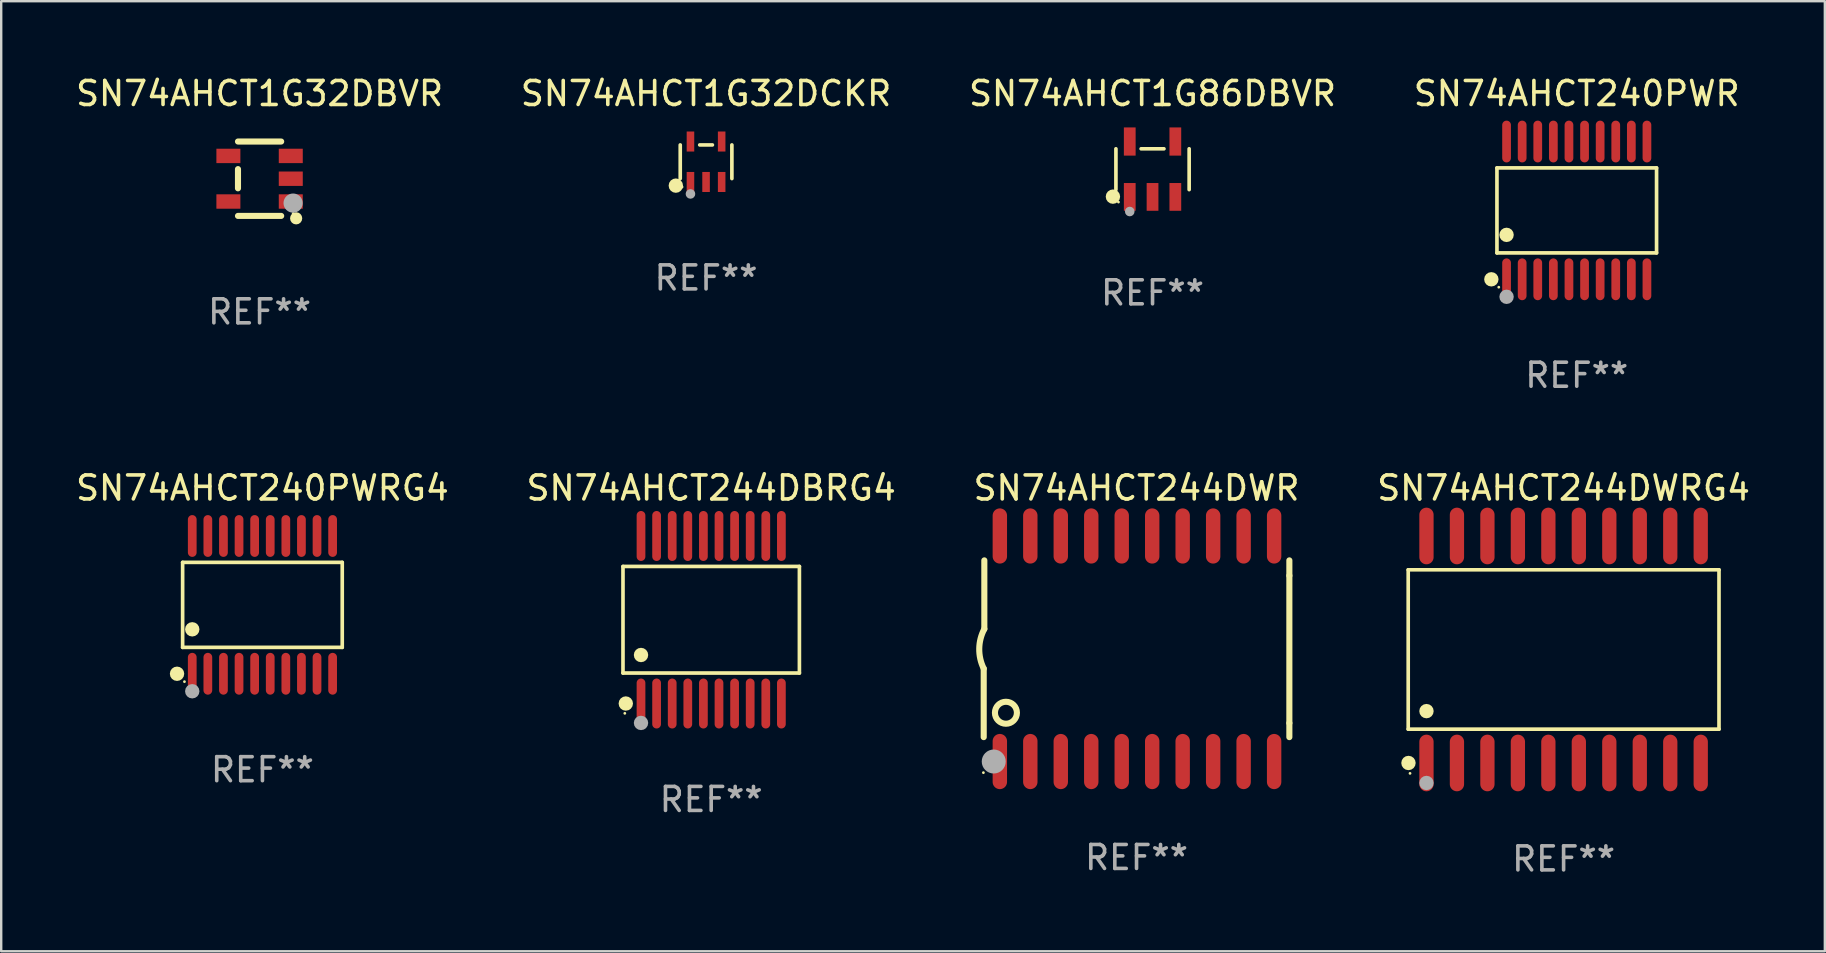
<source format=kicad_pcb>
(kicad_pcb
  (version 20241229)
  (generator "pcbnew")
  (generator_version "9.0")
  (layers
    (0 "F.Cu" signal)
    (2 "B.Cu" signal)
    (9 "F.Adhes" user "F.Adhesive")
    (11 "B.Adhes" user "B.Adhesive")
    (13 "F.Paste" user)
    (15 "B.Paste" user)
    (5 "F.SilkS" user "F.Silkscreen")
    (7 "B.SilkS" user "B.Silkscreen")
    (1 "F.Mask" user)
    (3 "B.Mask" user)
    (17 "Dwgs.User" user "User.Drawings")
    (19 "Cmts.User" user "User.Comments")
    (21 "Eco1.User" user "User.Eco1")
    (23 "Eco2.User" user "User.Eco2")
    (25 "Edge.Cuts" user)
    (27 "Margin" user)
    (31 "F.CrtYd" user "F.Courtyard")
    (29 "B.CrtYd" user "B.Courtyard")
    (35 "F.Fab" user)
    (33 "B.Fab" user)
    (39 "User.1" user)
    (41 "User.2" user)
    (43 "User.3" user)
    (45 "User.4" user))
  (footprint "SN74AHCT244DWRG4"
    (layer "F.Cu")
    (at 62.113 24.017)
    (property "Reference" "SN74AHCT244DWRG4" (at 0 -6.73 0) (layer "F.SilkS") (effects (font (size 1 1) (thickness 0.15))))
    (attr through_hole)
    (fp_line (start -6.476 -3.321) (end 6.476 -3.321) (stroke (width 0.152) (type solid)) (layer "F.SilkS"))
    (fp_line (start -6.476 3.321) (end -6.476 -3.321) (stroke (width 0.152) (type solid)) (layer "F.SilkS"))
    (fp_line (start 6.476 -3.321) (end 6.476 3.321) (stroke (width 0.152) (type solid)) (layer "F.SilkS"))
    (fp_line (start 6.476 3.321) (end -6.476 3.321) (stroke (width 0.152) (type solid)) (layer "F.SilkS"))
    (fp_circle (center -6.465 4.73) (end -6.315 4.73) (stroke (width 0.3) (type solid)) (fill no) (layer "F.SilkS"))
    (fp_circle (center -6.4 5.163) (end -6.37 5.163) (stroke (width 0.06) (type solid)) (fill no) (layer "F.SilkS"))
    (fp_circle (center -5.715 2.569) (end -5.565 2.569) (stroke (width 0.3) (type solid)) (fill no) (layer "F.SilkS"))
    (fp_circle (center -5.715 5.563) (end -5.565 5.563) (stroke (width 0.3) (type solid)) (fill no) (layer "F.Fab"))
    (fp_text user "REF**" (at 0 8.73 0) (layer "F.Fab") (effects (font (size 1 1) (thickness 0.15))))
    (pad "1" smd oval (at -5.715 4.73) (size 0.595 2.36) (layers "F.Cu" "F.Mask" "F.Paste"))
    (pad "2" smd oval (at -4.445 4.73) (size 0.595 2.36) (layers "F.Cu" "F.Mask" "F.Paste"))
    (pad "3" smd oval (at -3.175 4.73) (size 0.595 2.36) (layers "F.Cu" "F.Mask" "F.Paste"))
    (pad "4" smd oval (at -1.905 4.73) (size 0.595 2.36) (layers "F.Cu" "F.Mask" "F.Paste"))
    (pad "5" smd oval (at -0.635 4.73) (size 0.595 2.36) (layers "F.Cu" "F.Mask" "F.Paste"))
    (pad "6" smd oval (at 0.635 4.73) (size 0.595 2.36) (layers "F.Cu" "F.Mask" "F.Paste"))
    (pad "7" smd oval (at 1.905 4.73) (size 0.595 2.36) (layers "F.Cu" "F.Mask" "F.Paste"))
    (pad "8" smd oval (at 3.175 4.73) (size 0.595 2.36) (layers "F.Cu" "F.Mask" "F.Paste"))
    (pad "9" smd oval (at 4.445 4.73) (size 0.595 2.36) (layers "F.Cu" "F.Mask" "F.Paste"))
    (pad "10" smd oval (at 5.715 4.73) (size 0.595 2.36) (layers "F.Cu" "F.Mask" "F.Paste"))
    (pad "11" smd oval (at 5.715 -4.73) (size 0.595 2.36) (layers "F.Cu" "F.Mask" "F.Paste"))
    (pad "12" smd oval (at 4.445 -4.73) (size 0.595 2.36) (layers "F.Cu" "F.Mask" "F.Paste"))
    (pad "13" smd oval (at 3.175 -4.73) (size 0.595 2.36) (layers "F.Cu" "F.Mask" "F.Paste"))
    (pad "14" smd oval (at 1.905 -4.73) (size 0.595 2.36) (layers "F.Cu" "F.Mask" "F.Paste"))
    (pad "15" smd oval (at 0.635 -4.73) (size 0.595 2.36) (layers "F.Cu" "F.Mask" "F.Paste"))
    (pad "16" smd oval (at -0.635 -4.73) (size 0.595 2.36) (layers "F.Cu" "F.Mask" "F.Paste"))
    (pad "17" smd oval (at -1.905 -4.73) (size 0.595 2.36) (layers "F.Cu" "F.Mask" "F.Paste"))
    (pad "18" smd oval (at -3.175 -4.73) (size 0.595 2.36) (layers "F.Cu" "F.Mask" "F.Paste"))
    (pad "19" smd oval (at -4.445 -4.73) (size 0.595 2.36) (layers "F.Cu" "F.Mask" "F.Paste"))
    (pad "20" smd oval (at -5.715 -4.73) (size 0.595 2.36) (layers "F.Cu" "F.Mask" "F.Paste")))
  (footprint "SN74AHCT244DBRG4"
    (layer "F.Cu")
    (at 26.589 22.778)
    (property "Reference" "SN74AHCT244DBRG4" (at 0 -5.491 0) (layer "F.SilkS") (effects (font (size 1 1) (thickness 0.15))))
    (attr through_hole)
    (fp_line (start -3.676 -2.221) (end 3.676 -2.221) (stroke (width 0.152) (type solid)) (layer "F.SilkS"))
    (fp_line (start -3.676 2.221) (end -3.676 -2.221) (stroke (width 0.152) (type solid)) (layer "F.SilkS"))
    (fp_line (start 3.676 -2.221) (end 3.676 2.221) (stroke (width 0.152) (type solid)) (layer "F.SilkS"))
    (fp_line (start 3.676 2.221) (end -3.676 2.221) (stroke (width 0.152) (type solid)) (layer "F.SilkS"))
    (fp_circle (center -3.6 3.9) (end -3.57 3.9) (stroke (width 0.06) (type solid)) (fill no) (layer "F.SilkS"))
    (fp_circle (center -3.559 3.491) (end -3.409 3.491) (stroke (width 0.3) (type solid)) (fill no) (layer "F.SilkS"))
    (fp_circle (center -2.925 1.469) (end -2.775 1.469) (stroke (width 0.3) (type solid)) (fill no) (layer "F.SilkS"))
    (fp_circle (center -2.925 4.3) (end -2.775 4.3) (stroke (width 0.3) (type solid)) (fill no) (layer "F.Fab"))
    (fp_text user "REF**" (at 0 7.491 0) (layer "F.Fab") (effects (font (size 1 1) (thickness 0.15))))
    (pad "1" smd oval (at -2.925 3.491) (size 0.364 2.082) (layers "F.Cu" "F.Mask" "F.Paste"))
    (pad "2" smd oval (at -2.275 3.491) (size 0.364 2.082) (layers "F.Cu" "F.Mask" "F.Paste"))
    (pad "3" smd oval (at -1.625 3.491) (size 0.364 2.082) (layers "F.Cu" "F.Mask" "F.Paste"))
    (pad "4" smd oval (at -0.975 3.491) (size 0.364 2.082) (layers "F.Cu" "F.Mask" "F.Paste"))
    (pad "5" smd oval (at -0.325 3.491) (size 0.364 2.082) (layers "F.Cu" "F.Mask" "F.Paste"))
    (pad "6" smd oval (at 0.325 3.491) (size 0.364 2.082) (layers "F.Cu" "F.Mask" "F.Paste"))
    (pad "7" smd oval (at 0.975 3.491) (size 0.364 2.082) (layers "F.Cu" "F.Mask" "F.Paste"))
    (pad "8" smd oval (at 1.625 3.491) (size 0.364 2.082) (layers "F.Cu" "F.Mask" "F.Paste"))
    (pad "9" smd oval (at 2.275 3.491) (size 0.364 2.082) (layers "F.Cu" "F.Mask" "F.Paste"))
    (pad "10" smd oval (at 2.925 3.491) (size 0.364 2.082) (layers "F.Cu" "F.Mask" "F.Paste"))
    (pad "11" smd oval (at 2.925 -3.491) (size 0.364 2.082) (layers "F.Cu" "F.Mask" "F.Paste"))
    (pad "12" smd oval (at 2.275 -3.491) (size 0.364 2.082) (layers "F.Cu" "F.Mask" "F.Paste"))
    (pad "13" smd oval (at 1.625 -3.491) (size 0.364 2.082) (layers "F.Cu" "F.Mask" "F.Paste"))
    (pad "14" smd oval (at 0.975 -3.491) (size 0.364 2.082) (layers "F.Cu" "F.Mask" "F.Paste"))
    (pad "15" smd oval (at 0.325 -3.491) (size 0.364 2.082) (layers "F.Cu" "F.Mask" "F.Paste"))
    (pad "16" smd oval (at -0.325 -3.491) (size 0.364 2.082) (layers "F.Cu" "F.Mask" "F.Paste"))
    (pad "17" smd oval (at -0.975 -3.491) (size 0.364 2.082) (layers "F.Cu" "F.Mask" "F.Paste"))
    (pad "18" smd oval (at -1.625 -3.491) (size 0.364 2.082) (layers "F.Cu" "F.Mask" "F.Paste"))
    (pad "19" smd oval (at -2.275 -3.491) (size 0.364 2.082) (layers "F.Cu" "F.Mask" "F.Paste"))
    (pad "20" smd oval (at -2.925 -3.491) (size 0.364 2.082) (layers "F.Cu" "F.Mask" "F.Paste")))
  (footprint "SN74AHCT1G32DBVR"
    (layer "F.Cu")
    (at 7.768 4.398)
    (property "Reference" "SN74AHCT1G32DBVR" (at 0 -3.55 0) (layer "F.SilkS") (effects (font (size 1 1) (thickness 0.15))))
    (attr through_hole)
    (fp_line (start -0.9 -1.55) (end 0.9 -1.55) (stroke (width 0.254) (type solid)) (layer "F.SilkS"))
    (fp_line (start -0.9 0.4) (end -0.9 -0.4) (stroke (width 0.254) (type solid)) (layer "F.SilkS"))
    (fp_line (start -0.9 1.55) (end 0.9 1.55) (stroke (width 0.254) (type solid)) (layer "F.SilkS"))
    (fp_circle (center 1.4 1.45) (end 1.43 1.45) (stroke (width 0.06) (type solid)) (fill no) (layer "F.SilkS"))
    (fp_circle (center 1.524 1.651) (end 1.651 1.651) (stroke (width 0.254) (type solid)) (fill no) (layer "F.SilkS"))
    (fp_circle (center 1.397 1.016) (end 1.597 1.016) (stroke (width 0.4) (type solid)) (fill no) (layer "F.Fab"))
    (fp_text user "REF**" (at 0 5.55 0) (layer "F.Fab") (effects (font (size 1 1) (thickness 0.15))))
    (pad "1" smd rect (at 1.3 0.95) (size 1 0.6) (layers "F.Cu" "F.Mask" "F.Paste"))
    (pad "2" smd rect (at 1.3 -0.000051) (size 1 0.6) (layers "F.Cu" "F.Mask" "F.Paste"))
    (pad "3" smd rect (at 1.3 -0.95) (size 1 0.6) (layers "F.Cu" "F.Mask" "F.Paste"))
    (pad "4" smd rect (at -1.3 -0.95) (size 1 0.6) (layers "F.Cu" "F.Mask" "F.Paste"))
    (pad "5" smd rect (at -1.3 0.95) (size 1 0.6) (layers "F.Cu" "F.Mask" "F.Paste")))
  (footprint "SN74AHCT1G32DCKR"
    (layer "F.Cu")
    (at 26.375 3.691)
    (property "Reference" "SN74AHCT1G32DCKR" (at 0 -2.843 0) (layer "F.SilkS") (effects (font (size 1 1) (thickness 0.15))))
    (attr through_hole)
    (fp_line (start -1.076 0.701) (end -1.076 -0.701) (stroke (width 0.152) (type solid)) (layer "F.SilkS"))
    (fp_line (start 0.264 -0.701) (end -0.264 -0.701) (stroke (width 0.152) (type solid)) (layer "F.SilkS"))
    (fp_line (start 1.076 0.701) (end 1.076 -0.701) (stroke (width 0.152) (type solid)) (layer "F.SilkS"))
    (fp_circle (center -1.26 0.995) (end -1.11 0.995) (stroke (width 0.3) (type solid)) (fill no) (layer "F.SilkS"))
    (fp_circle (center -1 1.05) (end -0.97 1.05) (stroke (width 0.06) (type solid)) (fill no) (layer "F.SilkS"))
    (fp_circle (center -0.65 1.341) (end -0.55 1.341) (stroke (width 0.2) (type solid)) (fill no) (layer "F.Fab"))
    (fp_text user "REF**" (at 0 4.843 0) (layer "F.Fab") (effects (font (size 1 1) (thickness 0.15))))
    (pad "1" smd rect (at -0.65 0.843) (size 0.315 0.835) (layers "F.Cu" "F.Mask" "F.Paste"))
    (pad "2" smd rect (at 0.00014 0.843) (size 0.315 0.835) (layers "F.Cu" "F.Mask" "F.Paste"))
    (pad "3" smd rect (at 0.65 0.843) (size 0.315 0.835) (layers "F.Cu" "F.Mask" "F.Paste"))
    (pad "4" smd rect (at 0.65 -0.843) (size 0.315 0.835) (layers "F.Cu" "F.Mask" "F.Paste"))
    (pad "5" smd rect (at -0.65 -0.843) (size 0.315 0.835) (layers "F.Cu" "F.Mask" "F.Paste")))
  (footprint "SN74AHCT244DWR"
    (layer "F.Cu")
    (at 44.315 23.987)
    (property "Reference" "SN74AHCT244DWR" (at 0 -6.7 0) (layer "F.SilkS") (effects (font (size 1 1) (thickness 0.15))))
    (attr through_hole)
    (fp_line (start -6.369 0.826) (end -6.369 3.683) (stroke (width 0.254) (type solid)) (layer "F.SilkS"))
    (fp_line (start -6.343 -0.825) (end -6.343 -3.683) (stroke (width 0.254) (type solid)) (layer "F.SilkS"))
    (fp_line (start 6.369 -3.048) (end 6.369 -3.683) (stroke (width 0.254) (type solid)) (layer "F.SilkS"))
    (fp_line (start 6.369 -3.048) (end 6.369 3.096) (stroke (width 0.254) (type solid)) (layer "F.SilkS"))
    (fp_line (start 6.369 3.096) (end 6.369 3.683) (stroke (width 0.254) (type solid)) (layer "F.SilkS"))
    (fp_arc (start -6.36853 0.825552) (mid -6.554743 -0.00301) (end -6.343129 -0.825451) (stroke (width 0.254001) (type solid)) (layer "F.SilkS"))
    (fp_circle (center -6.382 5.163) (end -6.352 5.163) (stroke (width 0.06) (type solid)) (fill no) (layer "F.SilkS"))
    (fp_circle (center -5.443 2.667) (end -4.985 2.667) (stroke (width 0.254) (type solid)) (fill no) (layer "F.SilkS"))
    (fp_circle (center -5.951 4.699) (end -5.701 4.699) (stroke (width 0.5) (type solid)) (fill no) (layer "F.Fab"))
    (fp_text user "REF**" (at 0 8.7 0) (layer "F.Fab") (effects (font (size 1 1) (thickness 0.15))))
    (pad "1" smd oval (at -5.697 4.7 180) (size 0.6 2.3) (layers "F.Cu" "F.Mask" "F.Paste"))
    (pad "2" smd oval (at -4.427 4.7 180) (size 0.6 2.3) (layers "F.Cu" "F.Mask" "F.Paste"))
    (pad "3" smd oval (at -3.157 4.7 180) (size 0.6 2.3) (layers "F.Cu" "F.Mask" "F.Paste"))
    (pad "4" smd oval (at -1.887 4.7 180) (size 0.6 2.3) (layers "F.Cu" "F.Mask" "F.Paste"))
    (pad "5" smd oval (at -0.617 4.7 180) (size 0.6 2.3) (layers "F.Cu" "F.Mask" "F.Paste"))
    (pad "6" smd oval (at 0.653 4.7 180) (size 0.6 2.3) (layers "F.Cu" "F.Mask" "F.Paste"))
    (pad "7" smd oval (at 1.923 4.7 180) (size 0.6 2.3) (layers "F.Cu" "F.Mask" "F.Paste"))
    (pad "8" smd oval (at 3.193 4.7 180) (size 0.6 2.3) (layers "F.Cu" "F.Mask" "F.Paste"))
    (pad "9" smd oval (at 4.463 4.7 180) (size 0.6 2.3) (layers "F.Cu" "F.Mask" "F.Paste"))
    (pad "10" smd oval (at 5.734 4.7 180) (size 0.6 2.3) (layers "F.Cu" "F.Mask" "F.Paste"))
    (pad "11" smd oval (at 5.734 -4.7 180) (size 0.6 2.3) (layers "F.Cu" "F.Mask" "F.Paste"))
    (pad "12" smd oval (at 4.463 -4.7 180) (size 0.6 2.3) (layers "F.Cu" "F.Mask" "F.Paste"))
    (pad "13" smd oval (at 3.193 -4.7 180) (size 0.6 2.3) (layers "F.Cu" "F.Mask" "F.Paste"))
    (pad "14" smd oval (at 1.923 -4.7 180) (size 0.6 2.3) (layers "F.Cu" "F.Mask" "F.Paste"))
    (pad "15" smd oval (at 0.653 -4.7 180) (size 0.6 2.3) (layers "F.Cu" "F.Mask" "F.Paste"))
    (pad "16" smd oval (at -0.617 -4.7 180) (size 0.6 2.3) (layers "F.Cu" "F.Mask" "F.Paste"))
    (pad "17" smd oval (at -1.887 -4.7 180) (size 0.6 2.3) (layers "F.Cu" "F.Mask" "F.Paste"))
    (pad "18" smd oval (at -3.157 -4.7 180) (size 0.6 2.3) (layers "F.Cu" "F.Mask" "F.Paste"))
    (pad "19" smd oval (at -4.427 -4.7 180) (size 0.6 2.3) (layers "F.Cu" "F.Mask" "F.Paste"))
    (pad "20" smd oval (at -5.697 -4.7 180) (size 0.6 2.3) (layers "F.Cu" "F.Mask" "F.Paste")))
  (footprint "SN74AHCT240PWR"
    (layer "F.Cu")
    (at 62.661 5.719)
    (property "Reference" "SN74AHCT240PWR" (at 0 -4.871 0) (layer "F.SilkS") (effects (font (size 1 1) (thickness 0.15))))
    (attr through_hole)
    (fp_line (start -3.326 -1.771) (end 3.326 -1.771) (stroke (width 0.152) (type solid)) (layer "F.SilkS"))
    (fp_line (start -3.326 1.771) (end -3.326 -1.771) (stroke (width 0.152) (type solid)) (layer "F.SilkS"))
    (fp_line (start 3.326 -1.771) (end 3.326 1.771) (stroke (width 0.152) (type solid)) (layer "F.SilkS"))
    (fp_line (start 3.326 1.771) (end -3.326 1.771) (stroke (width 0.152) (type solid)) (layer "F.SilkS"))
    (fp_circle (center -3.559 2.871) (end -3.409 2.871) (stroke (width 0.3) (type solid)) (fill no) (layer "F.SilkS"))
    (fp_circle (center -3.25 3.2) (end -3.22 3.2) (stroke (width 0.06) (type solid)) (fill no) (layer "F.SilkS"))
    (fp_circle (center -2.925 1.019) (end -2.775 1.019) (stroke (width 0.3) (type solid)) (fill no) (layer "F.SilkS"))
    (fp_circle (center -2.925 3.6) (end -2.775 3.6) (stroke (width 0.3) (type solid)) (fill no) (layer "F.Fab"))
    (fp_text user "REF**" (at 0 6.871 0) (layer "F.Fab") (effects (font (size 1 1) (thickness 0.15))))
    (pad "1" smd oval (at -2.925 2.871) (size 0.364 1.742) (layers "F.Cu" "F.Mask" "F.Paste"))
    (pad "2" smd oval (at -2.275 2.871) (size 0.364 1.742) (layers "F.Cu" "F.Mask" "F.Paste"))
    (pad "3" smd oval (at -1.625 2.871) (size 0.364 1.742) (layers "F.Cu" "F.Mask" "F.Paste"))
    (pad "4" smd oval (at -0.975 2.871) (size 0.364 1.742) (layers "F.Cu" "F.Mask" "F.Paste"))
    (pad "5" smd oval (at -0.325 2.871) (size 0.364 1.742) (layers "F.Cu" "F.Mask" "F.Paste"))
    (pad "6" smd oval (at 0.325 2.871) (size 0.364 1.742) (layers "F.Cu" "F.Mask" "F.Paste"))
    (pad "7" smd oval (at 0.975 2.871) (size 0.364 1.742) (layers "F.Cu" "F.Mask" "F.Paste"))
    (pad "8" smd oval (at 1.625 2.871) (size 0.364 1.742) (layers "F.Cu" "F.Mask" "F.Paste"))
    (pad "9" smd oval (at 2.275 2.871) (size 0.364 1.742) (layers "F.Cu" "F.Mask" "F.Paste"))
    (pad "10" smd oval (at 2.925 2.871) (size 0.364 1.742) (layers "F.Cu" "F.Mask" "F.Paste"))
    (pad "11" smd oval (at 2.925 -2.871) (size 0.364 1.742) (layers "F.Cu" "F.Mask" "F.Paste"))
    (pad "12" smd oval (at 2.275 -2.871) (size 0.364 1.742) (layers "F.Cu" "F.Mask" "F.Paste"))
    (pad "13" smd oval (at 1.625 -2.871) (size 0.364 1.742) (layers "F.Cu" "F.Mask" "F.Paste"))
    (pad "14" smd oval (at 0.975 -2.871) (size 0.364 1.742) (layers "F.Cu" "F.Mask" "F.Paste"))
    (pad "15" smd oval (at 0.325 -2.871) (size 0.364 1.742) (layers "F.Cu" "F.Mask" "F.Paste"))
    (pad "16" smd oval (at -0.325 -2.871) (size 0.364 1.742) (layers "F.Cu" "F.Mask" "F.Paste"))
    (pad "17" smd oval (at -0.975 -2.871) (size 0.364 1.742) (layers "F.Cu" "F.Mask" "F.Paste"))
    (pad "18" smd oval (at -1.625 -2.871) (size 0.364 1.742) (layers "F.Cu" "F.Mask" "F.Paste"))
    (pad "19" smd oval (at -2.275 -2.871) (size 0.364 1.742) (layers "F.Cu" "F.Mask" "F.Paste"))
    (pad "20" smd oval (at -2.925 -2.871) (size 0.364 1.742) (layers "F.Cu" "F.Mask" "F.Paste")))
  (footprint "SN74AHCT1G86DBVR"
    (layer "F.Cu")
    (at 44.982 4.002)
    (property "Reference" "SN74AHCT1G86DBVR" (at 0 -3.154 0) (layer "F.SilkS") (effects (font (size 1 1) (thickness 0.15))))
    (attr through_hole)
    (fp_line (start -1.526 0.851) (end -1.526 -0.851) (stroke (width 0.152) (type solid)) (layer "F.SilkS"))
    (fp_line (start 0.476 -0.851) (end -0.476 -0.851) (stroke (width 0.152) (type solid)) (layer "F.SilkS"))
    (fp_line (start 1.526 0.851) (end 1.526 -0.851) (stroke (width 0.152) (type solid)) (layer "F.SilkS"))
    (fp_circle (center -1.651 1.143) (end -1.501 1.143) (stroke (width 0.3) (type solid)) (fill no) (layer "F.SilkS"))
    (fp_circle (center -1.42 1.37) (end -1.39 1.37) (stroke (width 0.06) (type solid)) (fill no) (layer "F.SilkS"))
    (fp_circle (center -0.95 1.763) (end -0.85 1.763) (stroke (width 0.2) (type solid)) (fill no) (layer "F.Fab"))
    (fp_text user "REF**" (at 0 5.154 0) (layer "F.Fab") (effects (font (size 1 1) (thickness 0.15))))
    (pad "1" smd rect (at -0.95 1.154) (size 0.49 1.157) (layers "F.Cu" "F.Mask" "F.Paste"))
    (pad "2" smd rect (at 0 1.154) (size 0.49 1.157) (layers "F.Cu" "F.Mask" "F.Paste"))
    (pad "3" smd rect (at 0.95 1.154) (size 0.49 1.157) (layers "F.Cu" "F.Mask" "F.Paste"))
    (pad "4" smd rect (at 0.95 -1.154) (size 0.49 1.175) (layers "F.Cu" "F.Mask" "F.Paste"))
    (pad "5" smd rect (at -0.95 -1.154) (size 0.49 1.175) (layers "F.Cu" "F.Mask" "F.Paste")))
  (footprint "SN74AHCT240PWRG4"
    (layer "F.Cu")
    (at 7.887 22.158)
    (property "Reference" "SN74AHCT240PWRG4" (at 0 -4.871 0) (layer "F.SilkS") (effects (font (size 1 1) (thickness 0.15))))
    (attr through_hole)
    (fp_line (start -3.326 -1.771) (end 3.326 -1.771) (stroke (width 0.152) (type solid)) (layer "F.SilkS"))
    (fp_line (start -3.326 1.771) (end -3.326 -1.771) (stroke (width 0.152) (type solid)) (layer "F.SilkS"))
    (fp_line (start 3.326 -1.771) (end 3.326 1.771) (stroke (width 0.152) (type solid)) (layer "F.SilkS"))
    (fp_line (start 3.326 1.771) (end -3.326 1.771) (stroke (width 0.152) (type solid)) (layer "F.SilkS"))
    (fp_circle (center -3.559 2.871) (end -3.409 2.871) (stroke (width 0.3) (type solid)) (fill no) (layer "F.SilkS"))
    (fp_circle (center -3.25 3.2) (end -3.22 3.2) (stroke (width 0.06) (type solid)) (fill no) (layer "F.SilkS"))
    (fp_circle (center -2.925 1.019) (end -2.775 1.019) (stroke (width 0.3) (type solid)) (fill no) (layer "F.SilkS"))
    (fp_circle (center -2.925 3.6) (end -2.775 3.6) (stroke (width 0.3) (type solid)) (fill no) (layer "F.Fab"))
    (fp_text user "REF**" (at 0 6.871 0) (layer "F.Fab") (effects (font (size 1 1) (thickness 0.15))))
    (pad "1" smd oval (at -2.925 2.871) (size 0.364 1.742) (layers "F.Cu" "F.Mask" "F.Paste"))
    (pad "2" smd oval (at -2.275 2.871) (size 0.364 1.742) (layers "F.Cu" "F.Mask" "F.Paste"))
    (pad "3" smd oval (at -1.625 2.871) (size 0.364 1.742) (layers "F.Cu" "F.Mask" "F.Paste"))
    (pad "4" smd oval (at -0.975 2.871) (size 0.364 1.742) (layers "F.Cu" "F.Mask" "F.Paste"))
    (pad "5" smd oval (at -0.325 2.871) (size 0.364 1.742) (layers "F.Cu" "F.Mask" "F.Paste"))
    (pad "6" smd oval (at 0.325 2.871) (size 0.364 1.742) (layers "F.Cu" "F.Mask" "F.Paste"))
    (pad "7" smd oval (at 0.975 2.871) (size 0.364 1.742) (layers "F.Cu" "F.Mask" "F.Paste"))
    (pad "8" smd oval (at 1.625 2.871) (size 0.364 1.742) (layers "F.Cu" "F.Mask" "F.Paste"))
    (pad "9" smd oval (at 2.275 2.871) (size 0.364 1.742) (layers "F.Cu" "F.Mask" "F.Paste"))
    (pad "10" smd oval (at 2.925 2.871) (size 0.364 1.742) (layers "F.Cu" "F.Mask" "F.Paste"))
    (pad "11" smd oval (at 2.925 -2.871) (size 0.364 1.742) (layers "F.Cu" "F.Mask" "F.Paste"))
    (pad "12" smd oval (at 2.275 -2.871) (size 0.364 1.742) (layers "F.Cu" "F.Mask" "F.Paste"))
    (pad "13" smd oval (at 1.625 -2.871) (size 0.364 1.742) (layers "F.Cu" "F.Mask" "F.Paste"))
    (pad "14" smd oval (at 0.975 -2.871) (size 0.364 1.742) (layers "F.Cu" "F.Mask" "F.Paste"))
    (pad "15" smd oval (at 0.325 -2.871) (size 0.364 1.742) (layers "F.Cu" "F.Mask" "F.Paste"))
    (pad "16" smd oval (at -0.325 -2.871) (size 0.364 1.742) (layers "F.Cu" "F.Mask" "F.Paste"))
    (pad "17" smd oval (at -0.975 -2.871) (size 0.364 1.742) (layers "F.Cu" "F.Mask" "F.Paste"))
    (pad "18" smd oval (at -1.625 -2.871) (size 0.364 1.742) (layers "F.Cu" "F.Mask" "F.Paste"))
    (pad "19" smd oval (at -2.275 -2.871) (size 0.364 1.742) (layers "F.Cu" "F.Mask" "F.Paste"))
    (pad "20" smd oval (at -2.925 -2.871) (size 0.364 1.742) (layers "F.Cu" "F.Mask" "F.Paste")))
  (gr_rect
    (start -3 -3)
    (end 73 36.595)
    (stroke (width 0.1) (type default))
    (fill no)
    (layer "Edge.Cuts")))
</source>
